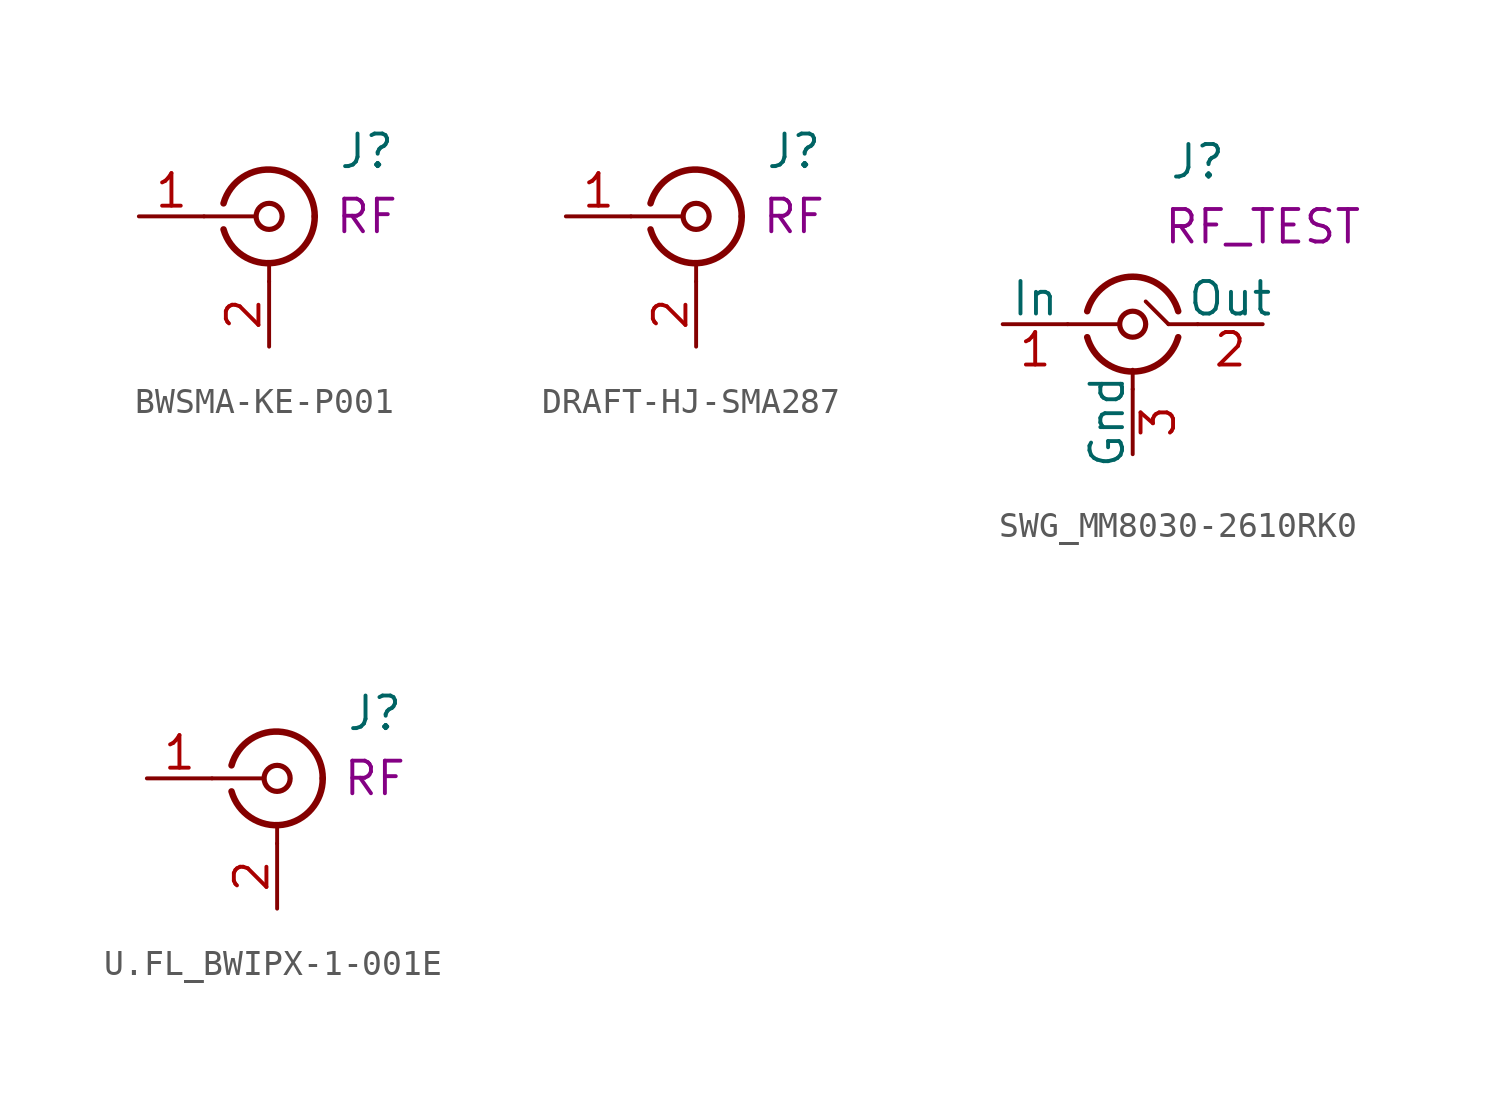
<source format=kicad_sym>
(kicad_symbol_lib
  (version 20231120)
  (generator "kicad_symbol_editor")
  (generator_version "8.0")
  (symbol "BWSMA-KE-P001"
    (pin_names
      (offset 1.016) hide)
    (property "Reference" "J"
      (at 3.81 2.54 0)
      (effects (font (size 1.27 1.27))))
    (property "UserValue" "RF"
      (at 3.81 0 0)
      (effects (font (size 1.27 1.27))))
    (symbol "BWSMA-KE-P001_0_1"
      (arc (start -1.778 -0.508) (mid 0.2311 -1.8066) (end 1.778 0) (stroke (width 0.254) (type default)) (fill (type none)))
      (polyline (pts (xy -2.54 0) (xy -0.508 0)) (stroke (width 0) (type default)) (fill (type none)))
      (polyline (pts (xy 0 -2.54) (xy 0 -1.778)) (stroke (width 0) (type default)) (fill (type none)))
      (circle (center 0 0) (radius 0.508) (stroke (width 0.203) (type default)) (fill (type none)))
      (arc (start 1.778 0) (mid 0.2099 1.8101) (end -1.778 0.508) (stroke (width 0.254) (type default)) (fill (type none))))
    (symbol "BWSMA-KE-P001_1_1"
      (pin passive line (at -5.08 0 0) (length 2.54) (name "In" (effects (font (size 1.27 1.27)))) (number "1" (effects (font (size 1.27 1.27)))))
      (pin passive line (at 0 -5.08 90) (length 2.54) (name "Ext" (effects (font (size 1.27 1.27)))) (number "2" (effects (font (size 1.27 1.27)))))))
  (symbol "DRAFT-HJ-SMA287"
    (pin_names
      (offset 1.016) hide)
    (property "Reference" "J"
      (at 3.81 2.54 0)
      (effects (font (size 1.27 1.27))))
    (property "UserValue" "RF"
      (at 3.81 0 0)
      (effects (font (size 1.27 1.27))))
    (symbol "DRAFT-HJ-SMA287_0_1"
      (arc (start -1.778 -0.508) (mid 0.2311 -1.8066) (end 1.778 0) (stroke (width 0.254) (type default)) (fill (type none)))
      (polyline (pts (xy -2.54 0) (xy -0.508 0)) (stroke (width 0) (type default)) (fill (type none)))
      (polyline (pts (xy 0 -2.54) (xy 0 -1.778)) (stroke (width 0) (type default)) (fill (type none)))
      (circle (center 0 0) (radius 0.508) (stroke (width 0.203) (type default)) (fill (type none)))
      (arc (start 1.778 0) (mid 0.2099 1.8101) (end -1.778 0.508) (stroke (width 0.254) (type default)) (fill (type none))))
    (symbol "DRAFT-HJ-SMA287_1_1"
      (pin passive line (at -5.08 0 0) (length 2.54) (name "In" (effects (font (size 1.27 1.27)))) (number "1" (effects (font (size 1.27 1.27)))))
      (pin passive line (at 0 -5.08 90) (length 2.54) (name "Ext" (effects (font (size 1.27 1.27)))) (number "2" (effects (font (size 1.27 1.27)))))))
  (symbol "SWG_MM8030-2610RK0"
    (pin_names
      (offset 0))
    (property "Reference" "J"
      (at 2.54 6.35 0)
      (effects (font (size 1.27 1.27))))
    (property "UserValue" "RF_TEST"
      (at 5.08 3.81 0)
      (effects (font (size 1.27 1.27))))
    (symbol "SWG_MM8030-2610RK0_0_1"
      (arc (start -1.778 -0.508) (mid 0 -1.8493) (end 1.778 -0.508) (stroke (width 0.254) (type default)) (fill (type none)))
      (polyline (pts (xy -2.54 0) (xy -0.508 0)) (stroke (width 0) (type default)) (fill (type none)))
      (polyline (pts (xy 0 -2.54) (xy 0 -1.778)) (stroke (width 0) (type default)) (fill (type none)))
      (polyline (pts (xy 1.397 0) (xy 0.508 0.889)) (stroke (width 0) (type default)) (fill (type none)))
      (polyline (pts (xy 1.397 0) (xy 2.54 0)) (stroke (width 0) (type default)) (fill (type none)))
      (circle (center 0 0) (radius 0.508) (stroke (width 0.203) (type default)) (fill (type none)))
      (arc (start 1.778 0.508) (mid 0 1.856) (end -1.778 0.508) (stroke (width 0.254) (type default)) (fill (type none))))
    (symbol "SWG_MM8030-2610RK0_1_1"
      (pin passive line (at -5.08 0 0) (length 2.54) (name "In" (effects (font (size 1.27 1.27)))) (number "1" (effects (font (size 1.27 1.27)))))
      (pin passive line (at 5.08 0 180) (length 2.54) (name "Out" (effects (font (size 1.27 1.27)))) (number "2" (effects (font (size 1.27 1.27)))))
      (pin passive line (at 0 -5.08 90) (length 2.54) (name "Gnd" (effects (font (size 1.27 1.27)))) (number "3" (effects (font (size 1.27 1.27)))))))
  (symbol "U.FL_BWIPX-1-001E"
    (pin_names
      (offset 1.016) hide)
    (property "Reference" "J"
      (at 3.81 2.54 0)
      (effects (font (size 1.27 1.27))))
    (property "UserValue" "RF"
      (at 3.81 0 0)
      (effects (font (size 1.27 1.27))))
    (symbol "U.FL_BWIPX-1-001E_0_1"
      (arc (start -1.778 -0.508) (mid 0.2311 -1.8066) (end 1.778 0) (stroke (width 0.254) (type default)) (fill (type none)))
      (polyline (pts (xy -2.54 0) (xy -0.508 0)) (stroke (width 0) (type default)) (fill (type none)))
      (polyline (pts (xy 0 -2.54) (xy 0 -1.778)) (stroke (width 0) (type default)) (fill (type none)))
      (circle (center 0 0) (radius 0.508) (stroke (width 0.203) (type default)) (fill (type none)))
      (arc (start 1.778 0) (mid 0.2099 1.8101) (end -1.778 0.508) (stroke (width 0.254) (type default)) (fill (type none))))
    (symbol "U.FL_BWIPX-1-001E_1_1"
      (pin passive line (at -5.08 0 0) (length 2.54) (name "In" (effects (font (size 1.27 1.27)))) (number "1" (effects (font (size 1.27 1.27)))))
      (pin passive line (at 0 -5.08 90) (length 2.54) (name "Ext" (effects (font (size 1.27 1.27)))) (number "2" (effects (font (size 1.27 1.27))))))))
</source>
